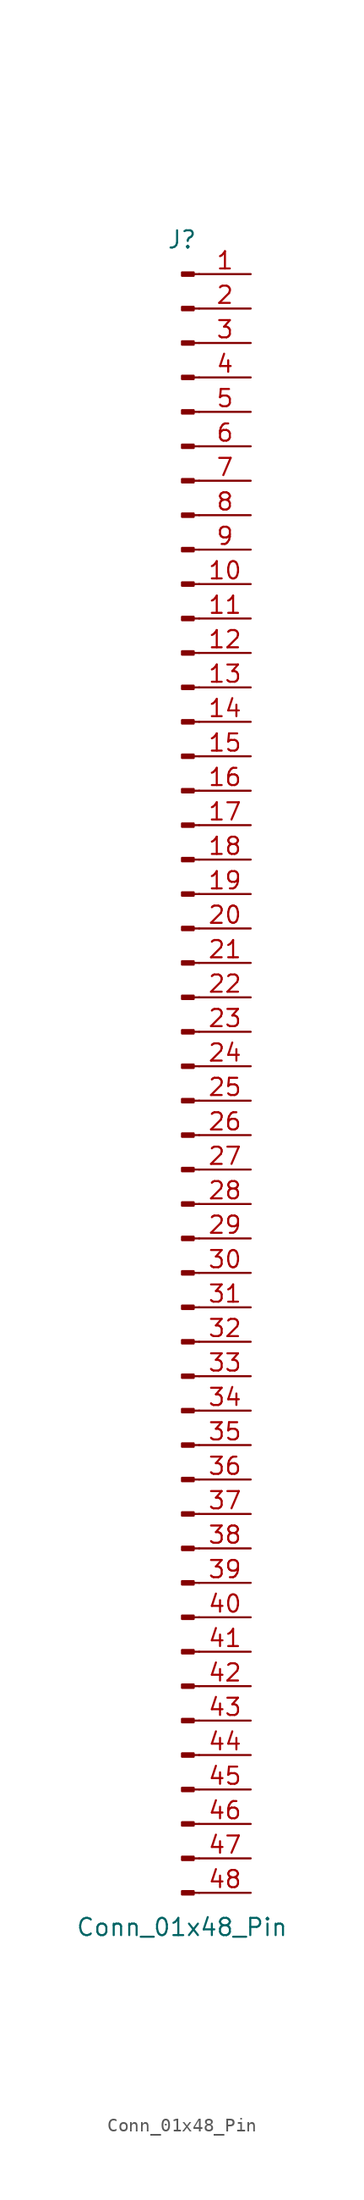
<source format=kicad_sym>
(kicad_symbol_lib
  (version 20241209)
  (generator "kicad_symbol_editor")
  (generator_version "9.0")
  (symbol "Conn_01x48_Pin"
    (pin_names
      (offset 1.016)
      (hide yes))
    (property "Reference" "J"
      (at 0 60.96 0)
      (effects (font (size 1.27 1.27))))
    (property "Value" "Conn_01x48_Pin"
      (at 0 -63.5 0)
      (effects (font (size 1.27 1.27))))
    (property "ki_locked" ""
      (at 0 0 0)
      (effects (font (size 1.27 1.27))))
    (symbol "Conn_01x48_Pin_1_1"
      (rectangle (start 0.864 58.547) (end 0 58.293) (stroke (width 0.152) (type default)) (fill (type outline)))
      (rectangle (start 0.864 56.007) (end 0 55.753) (stroke (width 0.152) (type default)) (fill (type outline)))
      (rectangle (start 0.864 53.467) (end 0 53.213) (stroke (width 0.152) (type default)) (fill (type outline)))
      (rectangle (start 0.864 50.927) (end 0 50.673) (stroke (width 0.152) (type default)) (fill (type outline)))
      (rectangle (start 0.864 48.387) (end 0 48.133) (stroke (width 0.152) (type default)) (fill (type outline)))
      (rectangle (start 0.864 45.847) (end 0 45.593) (stroke (width 0.152) (type default)) (fill (type outline)))
      (rectangle (start 0.864 43.307) (end 0 43.053) (stroke (width 0.152) (type default)) (fill (type outline)))
      (rectangle (start 0.864 40.767) (end 0 40.513) (stroke (width 0.152) (type default)) (fill (type outline)))
      (rectangle (start 0.864 38.227) (end 0 37.973) (stroke (width 0.152) (type default)) (fill (type outline)))
      (rectangle (start 0.864 35.687) (end 0 35.433) (stroke (width 0.152) (type default)) (fill (type outline)))
      (rectangle (start 0.864 33.147) (end 0 32.893) (stroke (width 0.152) (type default)) (fill (type outline)))
      (rectangle (start 0.864 30.607) (end 0 30.353) (stroke (width 0.152) (type default)) (fill (type outline)))
      (rectangle (start 0.864 28.067) (end 0 27.813) (stroke (width 0.152) (type default)) (fill (type outline)))
      (rectangle (start 0.864 25.527) (end 0 25.273) (stroke (width 0.152) (type default)) (fill (type outline)))
      (rectangle (start 0.864 22.987) (end 0 22.733) (stroke (width 0.152) (type default)) (fill (type outline)))
      (rectangle (start 0.864 20.447) (end 0 20.193) (stroke (width 0.152) (type default)) (fill (type outline)))
      (rectangle (start 0.864 17.907) (end 0 17.653) (stroke (width 0.152) (type default)) (fill (type outline)))
      (rectangle (start 0.864 15.367) (end 0 15.113) (stroke (width 0.152) (type default)) (fill (type outline)))
      (rectangle (start 0.864 12.827) (end 0 12.573) (stroke (width 0.152) (type default)) (fill (type outline)))
      (rectangle (start 0.864 10.287) (end 0 10.033) (stroke (width 0.152) (type default)) (fill (type outline)))
      (rectangle (start 0.864 7.747) (end 0 7.493) (stroke (width 0.152) (type default)) (fill (type outline)))
      (rectangle (start 0.864 5.207) (end 0 4.953) (stroke (width 0.152) (type default)) (fill (type outline)))
      (rectangle (start 0.864 2.667) (end 0 2.413) (stroke (width 0.152) (type default)) (fill (type outline)))
      (rectangle (start 0.864 0.127) (end 0 -0.127) (stroke (width 0.152) (type default)) (fill (type outline)))
      (rectangle (start 0.864 -2.413) (end 0 -2.667) (stroke (width 0.152) (type default)) (fill (type outline)))
      (rectangle (start 0.864 -4.953) (end 0 -5.207) (stroke (width 0.152) (type default)) (fill (type outline)))
      (rectangle (start 0.864 -7.493) (end 0 -7.747) (stroke (width 0.152) (type default)) (fill (type outline)))
      (rectangle (start 0.864 -10.033) (end 0 -10.287) (stroke (width 0.152) (type default)) (fill (type outline)))
      (rectangle (start 0.864 -12.573) (end 0 -12.827) (stroke (width 0.152) (type default)) (fill (type outline)))
      (rectangle (start 0.864 -15.113) (end 0 -15.367) (stroke (width 0.152) (type default)) (fill (type outline)))
      (rectangle (start 0.864 -17.653) (end 0 -17.907) (stroke (width 0.152) (type default)) (fill (type outline)))
      (rectangle (start 0.864 -20.193) (end 0 -20.447) (stroke (width 0.152) (type default)) (fill (type outline)))
      (rectangle (start 0.864 -22.733) (end 0 -22.987) (stroke (width 0.152) (type default)) (fill (type outline)))
      (rectangle (start 0.864 -25.273) (end 0 -25.527) (stroke (width 0.152) (type default)) (fill (type outline)))
      (rectangle (start 0.864 -27.813) (end 0 -28.067) (stroke (width 0.152) (type default)) (fill (type outline)))
      (rectangle (start 0.864 -30.353) (end 0 -30.607) (stroke (width 0.152) (type default)) (fill (type outline)))
      (rectangle (start 0.864 -32.893) (end 0 -33.147) (stroke (width 0.152) (type default)) (fill (type outline)))
      (rectangle (start 0.864 -35.433) (end 0 -35.687) (stroke (width 0.152) (type default)) (fill (type outline)))
      (rectangle (start 0.864 -37.973) (end 0 -38.227) (stroke (width 0.152) (type default)) (fill (type outline)))
      (rectangle (start 0.864 -40.513) (end 0 -40.767) (stroke (width 0.152) (type default)) (fill (type outline)))
      (rectangle (start 0.864 -43.053) (end 0 -43.307) (stroke (width 0.152) (type default)) (fill (type outline)))
      (rectangle (start 0.864 -45.593) (end 0 -45.847) (stroke (width 0.152) (type default)) (fill (type outline)))
      (rectangle (start 0.864 -48.133) (end 0 -48.387) (stroke (width 0.152) (type default)) (fill (type outline)))
      (rectangle (start 0.864 -50.673) (end 0 -50.927) (stroke (width 0.152) (type default)) (fill (type outline)))
      (rectangle (start 0.864 -53.213) (end 0 -53.467) (stroke (width 0.152) (type default)) (fill (type outline)))
      (rectangle (start 0.864 -55.753) (end 0 -56.007) (stroke (width 0.152) (type default)) (fill (type outline)))
      (rectangle (start 0.864 -58.293) (end 0 -58.547) (stroke (width 0.152) (type default)) (fill (type outline)))
      (rectangle (start 0.864 -60.833) (end 0 -61.087) (stroke (width 0.152) (type default)) (fill (type outline)))
      (polyline (pts (xy 1.27 58.42) (xy 0.864 58.42)) (stroke (width 0.152) (type default)) (fill (type none)))
      (polyline (pts (xy 1.27 55.88) (xy 0.864 55.88)) (stroke (width 0.152) (type default)) (fill (type none)))
      (polyline (pts (xy 1.27 53.34) (xy 0.864 53.34)) (stroke (width 0.152) (type default)) (fill (type none)))
      (polyline (pts (xy 1.27 50.8) (xy 0.864 50.8)) (stroke (width 0.152) (type default)) (fill (type none)))
      (polyline (pts (xy 1.27 48.26) (xy 0.864 48.26)) (stroke (width 0.152) (type default)) (fill (type none)))
      (polyline (pts (xy 1.27 45.72) (xy 0.864 45.72)) (stroke (width 0.152) (type default)) (fill (type none)))
      (polyline (pts (xy 1.27 43.18) (xy 0.864 43.18)) (stroke (width 0.152) (type default)) (fill (type none)))
      (polyline (pts (xy 1.27 40.64) (xy 0.864 40.64)) (stroke (width 0.152) (type default)) (fill (type none)))
      (polyline (pts (xy 1.27 38.1) (xy 0.864 38.1)) (stroke (width 0.152) (type default)) (fill (type none)))
      (polyline (pts (xy 1.27 35.56) (xy 0.864 35.56)) (stroke (width 0.152) (type default)) (fill (type none)))
      (polyline (pts (xy 1.27 33.02) (xy 0.864 33.02)) (stroke (width 0.152) (type default)) (fill (type none)))
      (polyline (pts (xy 1.27 30.48) (xy 0.864 30.48)) (stroke (width 0.152) (type default)) (fill (type none)))
      (polyline (pts (xy 1.27 27.94) (xy 0.864 27.94)) (stroke (width 0.152) (type default)) (fill (type none)))
      (polyline (pts (xy 1.27 25.4) (xy 0.864 25.4)) (stroke (width 0.152) (type default)) (fill (type none)))
      (polyline (pts (xy 1.27 22.86) (xy 0.864 22.86)) (stroke (width 0.152) (type default)) (fill (type none)))
      (polyline (pts (xy 1.27 20.32) (xy 0.864 20.32)) (stroke (width 0.152) (type default)) (fill (type none)))
      (polyline (pts (xy 1.27 17.78) (xy 0.864 17.78)) (stroke (width 0.152) (type default)) (fill (type none)))
      (polyline (pts (xy 1.27 15.24) (xy 0.864 15.24)) (stroke (width 0.152) (type default)) (fill (type none)))
      (polyline (pts (xy 1.27 12.7) (xy 0.864 12.7)) (stroke (width 0.152) (type default)) (fill (type none)))
      (polyline (pts (xy 1.27 10.16) (xy 0.864 10.16)) (stroke (width 0.152) (type default)) (fill (type none)))
      (polyline (pts (xy 1.27 7.62) (xy 0.864 7.62)) (stroke (width 0.152) (type default)) (fill (type none)))
      (polyline (pts (xy 1.27 5.08) (xy 0.864 5.08)) (stroke (width 0.152) (type default)) (fill (type none)))
      (polyline (pts (xy 1.27 2.54) (xy 0.864 2.54)) (stroke (width 0.152) (type default)) (fill (type none)))
      (polyline (pts (xy 1.27 0) (xy 0.864 0)) (stroke (width 0.152) (type default)) (fill (type none)))
      (polyline (pts (xy 1.27 -2.54) (xy 0.864 -2.54)) (stroke (width 0.152) (type default)) (fill (type none)))
      (polyline (pts (xy 1.27 -5.08) (xy 0.864 -5.08)) (stroke (width 0.152) (type default)) (fill (type none)))
      (polyline (pts (xy 1.27 -7.62) (xy 0.864 -7.62)) (stroke (width 0.152) (type default)) (fill (type none)))
      (polyline (pts (xy 1.27 -10.16) (xy 0.864 -10.16)) (stroke (width 0.152) (type default)) (fill (type none)))
      (polyline (pts (xy 1.27 -12.7) (xy 0.864 -12.7)) (stroke (width 0.152) (type default)) (fill (type none)))
      (polyline (pts (xy 1.27 -15.24) (xy 0.864 -15.24)) (stroke (width 0.152) (type default)) (fill (type none)))
      (polyline (pts (xy 1.27 -17.78) (xy 0.864 -17.78)) (stroke (width 0.152) (type default)) (fill (type none)))
      (polyline (pts (xy 1.27 -20.32) (xy 0.864 -20.32)) (stroke (width 0.152) (type default)) (fill (type none)))
      (polyline (pts (xy 1.27 -22.86) (xy 0.864 -22.86)) (stroke (width 0.152) (type default)) (fill (type none)))
      (polyline (pts (xy 1.27 -25.4) (xy 0.864 -25.4)) (stroke (width 0.152) (type default)) (fill (type none)))
      (polyline (pts (xy 1.27 -27.94) (xy 0.864 -27.94)) (stroke (width 0.152) (type default)) (fill (type none)))
      (polyline (pts (xy 1.27 -30.48) (xy 0.864 -30.48)) (stroke (width 0.152) (type default)) (fill (type none)))
      (polyline (pts (xy 1.27 -33.02) (xy 0.864 -33.02)) (stroke (width 0.152) (type default)) (fill (type none)))
      (polyline (pts (xy 1.27 -35.56) (xy 0.864 -35.56)) (stroke (width 0.152) (type default)) (fill (type none)))
      (polyline (pts (xy 1.27 -38.1) (xy 0.864 -38.1)) (stroke (width 0.152) (type default)) (fill (type none)))
      (polyline (pts (xy 1.27 -40.64) (xy 0.864 -40.64)) (stroke (width 0.152) (type default)) (fill (type none)))
      (polyline (pts (xy 1.27 -43.18) (xy 0.864 -43.18)) (stroke (width 0.152) (type default)) (fill (type none)))
      (polyline (pts (xy 1.27 -45.72) (xy 0.864 -45.72)) (stroke (width 0.152) (type default)) (fill (type none)))
      (polyline (pts (xy 1.27 -48.26) (xy 0.864 -48.26)) (stroke (width 0.152) (type default)) (fill (type none)))
      (polyline (pts (xy 1.27 -50.8) (xy 0.864 -50.8)) (stroke (width 0.152) (type default)) (fill (type none)))
      (polyline (pts (xy 1.27 -53.34) (xy 0.864 -53.34)) (stroke (width 0.152) (type default)) (fill (type none)))
      (polyline (pts (xy 1.27 -55.88) (xy 0.864 -55.88)) (stroke (width 0.152) (type default)) (fill (type none)))
      (polyline (pts (xy 1.27 -58.42) (xy 0.864 -58.42)) (stroke (width 0.152) (type default)) (fill (type none)))
      (polyline (pts (xy 1.27 -60.96) (xy 0.864 -60.96)) (stroke (width 0.152) (type default)) (fill (type none)))
      (pin passive line (at 5.08 58.42 180) (length 3.81) (name "Pin_1" (effects (font (size 1.27 1.27)))) (number "1" (effects (font (size 1.27 1.27)))))
      (pin passive line (at 5.08 55.88 180) (length 3.81) (name "Pin_2" (effects (font (size 1.27 1.27)))) (number "2" (effects (font (size 1.27 1.27)))))
      (pin passive line (at 5.08 53.34 180) (length 3.81) (name "Pin_3" (effects (font (size 1.27 1.27)))) (number "3" (effects (font (size 1.27 1.27)))))
      (pin passive line (at 5.08 50.8 180) (length 3.81) (name "Pin_4" (effects (font (size 1.27 1.27)))) (number "4" (effects (font (size 1.27 1.27)))))
      (pin passive line (at 5.08 48.26 180) (length 3.81) (name "Pin_5" (effects (font (size 1.27 1.27)))) (number "5" (effects (font (size 1.27 1.27)))))
      (pin passive line (at 5.08 45.72 180) (length 3.81) (name "Pin_6" (effects (font (size 1.27 1.27)))) (number "6" (effects (font (size 1.27 1.27)))))
      (pin passive line (at 5.08 43.18 180) (length 3.81) (name "Pin_7" (effects (font (size 1.27 1.27)))) (number "7" (effects (font (size 1.27 1.27)))))
      (pin passive line (at 5.08 40.64 180) (length 3.81) (name "Pin_8" (effects (font (size 1.27 1.27)))) (number "8" (effects (font (size 1.27 1.27)))))
      (pin passive line (at 5.08 38.1 180) (length 3.81) (name "Pin_9" (effects (font (size 1.27 1.27)))) (number "9" (effects (font (size 1.27 1.27)))))
      (pin passive line (at 5.08 35.56 180) (length 3.81) (name "Pin_10" (effects (font (size 1.27 1.27)))) (number "10" (effects (font (size 1.27 1.27)))))
      (pin passive line (at 5.08 33.02 180) (length 3.81) (name "Pin_11" (effects (font (size 1.27 1.27)))) (number "11" (effects (font (size 1.27 1.27)))))
      (pin passive line (at 5.08 30.48 180) (length 3.81) (name "Pin_12" (effects (font (size 1.27 1.27)))) (number "12" (effects (font (size 1.27 1.27)))))
      (pin passive line (at 5.08 27.94 180) (length 3.81) (name "Pin_13" (effects (font (size 1.27 1.27)))) (number "13" (effects (font (size 1.27 1.27)))))
      (pin passive line (at 5.08 25.4 180) (length 3.81) (name "Pin_14" (effects (font (size 1.27 1.27)))) (number "14" (effects (font (size 1.27 1.27)))))
      (pin passive line (at 5.08 22.86 180) (length 3.81) (name "Pin_15" (effects (font (size 1.27 1.27)))) (number "15" (effects (font (size 1.27 1.27)))))
      (pin passive line (at 5.08 20.32 180) (length 3.81) (name "Pin_16" (effects (font (size 1.27 1.27)))) (number "16" (effects (font (size 1.27 1.27)))))
      (pin passive line (at 5.08 17.78 180) (length 3.81) (name "Pin_17" (effects (font (size 1.27 1.27)))) (number "17" (effects (font (size 1.27 1.27)))))
      (pin passive line (at 5.08 15.24 180) (length 3.81) (name "Pin_18" (effects (font (size 1.27 1.27)))) (number "18" (effects (font (size 1.27 1.27)))))
      (pin passive line (at 5.08 12.7 180) (length 3.81) (name "Pin_19" (effects (font (size 1.27 1.27)))) (number "19" (effects (font (size 1.27 1.27)))))
      (pin passive line (at 5.08 10.16 180) (length 3.81) (name "Pin_20" (effects (font (size 1.27 1.27)))) (number "20" (effects (font (size 1.27 1.27)))))
      (pin passive line (at 5.08 7.62 180) (length 3.81) (name "Pin_21" (effects (font (size 1.27 1.27)))) (number "21" (effects (font (size 1.27 1.27)))))
      (pin passive line (at 5.08 5.08 180) (length 3.81) (name "Pin_22" (effects (font (size 1.27 1.27)))) (number "22" (effects (font (size 1.27 1.27)))))
      (pin passive line (at 5.08 2.54 180) (length 3.81) (name "Pin_23" (effects (font (size 1.27 1.27)))) (number "23" (effects (font (size 1.27 1.27)))))
      (pin passive line (at 5.08 0 180) (length 3.81) (name "Pin_24" (effects (font (size 1.27 1.27)))) (number "24" (effects (font (size 1.27 1.27)))))
      (pin passive line (at 5.08 -2.54 180) (length 3.81) (name "Pin_25" (effects (font (size 1.27 1.27)))) (number "25" (effects (font (size 1.27 1.27)))))
      (pin passive line (at 5.08 -5.08 180) (length 3.81) (name "Pin_26" (effects (font (size 1.27 1.27)))) (number "26" (effects (font (size 1.27 1.27)))))
      (pin passive line (at 5.08 -7.62 180) (length 3.81) (name "Pin_27" (effects (font (size 1.27 1.27)))) (number "27" (effects (font (size 1.27 1.27)))))
      (pin passive line (at 5.08 -10.16 180) (length 3.81) (name "Pin_28" (effects (font (size 1.27 1.27)))) (number "28" (effects (font (size 1.27 1.27)))))
      (pin passive line (at 5.08 -12.7 180) (length 3.81) (name "Pin_29" (effects (font (size 1.27 1.27)))) (number "29" (effects (font (size 1.27 1.27)))))
      (pin passive line (at 5.08 -15.24 180) (length 3.81) (name "Pin_30" (effects (font (size 1.27 1.27)))) (number "30" (effects (font (size 1.27 1.27)))))
      (pin passive line (at 5.08 -17.78 180) (length 3.81) (name "Pin_31" (effects (font (size 1.27 1.27)))) (number "31" (effects (font (size 1.27 1.27)))))
      (pin passive line (at 5.08 -20.32 180) (length 3.81) (name "Pin_32" (effects (font (size 1.27 1.27)))) (number "32" (effects (font (size 1.27 1.27)))))
      (pin passive line (at 5.08 -22.86 180) (length 3.81) (name "Pin_33" (effects (font (size 1.27 1.27)))) (number "33" (effects (font (size 1.27 1.27)))))
      (pin passive line (at 5.08 -25.4 180) (length 3.81) (name "Pin_34" (effects (font (size 1.27 1.27)))) (number "34" (effects (font (size 1.27 1.27)))))
      (pin passive line (at 5.08 -27.94 180) (length 3.81) (name "Pin_35" (effects (font (size 1.27 1.27)))) (number "35" (effects (font (size 1.27 1.27)))))
      (pin passive line (at 5.08 -30.48 180) (length 3.81) (name "Pin_36" (effects (font (size 1.27 1.27)))) (number "36" (effects (font (size 1.27 1.27)))))
      (pin passive line (at 5.08 -33.02 180) (length 3.81) (name "Pin_37" (effects (font (size 1.27 1.27)))) (number "37" (effects (font (size 1.27 1.27)))))
      (pin passive line (at 5.08 -35.56 180) (length 3.81) (name "Pin_38" (effects (font (size 1.27 1.27)))) (number "38" (effects (font (size 1.27 1.27)))))
      (pin passive line (at 5.08 -38.1 180) (length 3.81) (name "Pin_39" (effects (font (size 1.27 1.27)))) (number "39" (effects (font (size 1.27 1.27)))))
      (pin passive line (at 5.08 -40.64 180) (length 3.81) (name "Pin_40" (effects (font (size 1.27 1.27)))) (number "40" (effects (font (size 1.27 1.27)))))
      (pin passive line (at 5.08 -43.18 180) (length 3.81) (name "Pin_41" (effects (font (size 1.27 1.27)))) (number "41" (effects (font (size 1.27 1.27)))))
      (pin passive line (at 5.08 -45.72 180) (length 3.81) (name "Pin_42" (effects (font (size 1.27 1.27)))) (number "42" (effects (font (size 1.27 1.27)))))
      (pin passive line (at 5.08 -48.26 180) (length 3.81) (name "Pin_43" (effects (font (size 1.27 1.27)))) (number "43" (effects (font (size 1.27 1.27)))))
      (pin passive line (at 5.08 -50.8 180) (length 3.81) (name "Pin_44" (effects (font (size 1.27 1.27)))) (number "44" (effects (font (size 1.27 1.27)))))
      (pin passive line (at 5.08 -53.34 180) (length 3.81) (name "Pin_45" (effects (font (size 1.27 1.27)))) (number "45" (effects (font (size 1.27 1.27)))))
      (pin passive line (at 5.08 -55.88 180) (length 3.81) (name "Pin_46" (effects (font (size 1.27 1.27)))) (number "46" (effects (font (size 1.27 1.27)))))
      (pin passive line (at 5.08 -58.42 180) (length 3.81) (name "Pin_47" (effects (font (size 1.27 1.27)))) (number "47" (effects (font (size 1.27 1.27)))))
      (pin passive line (at 5.08 -60.96 180) (length 3.81) (name "Pin_48" (effects (font (size 1.27 1.27)))) (number "48" (effects (font (size 1.27 1.27))))))))
</source>
